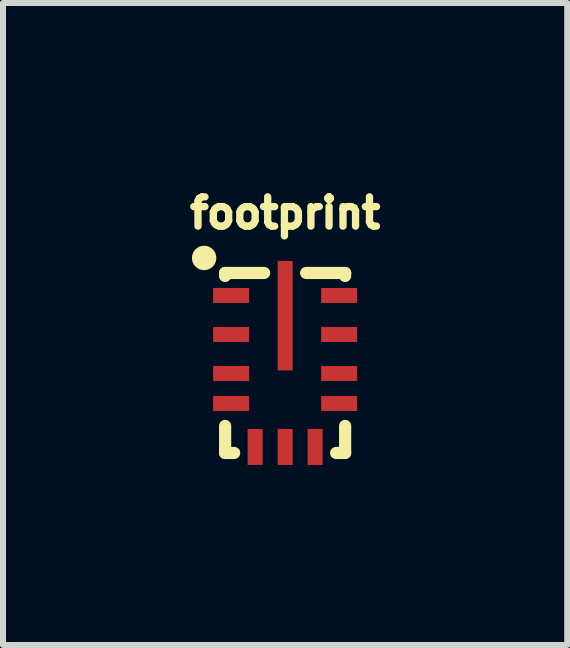
<source format=kicad_pcb>
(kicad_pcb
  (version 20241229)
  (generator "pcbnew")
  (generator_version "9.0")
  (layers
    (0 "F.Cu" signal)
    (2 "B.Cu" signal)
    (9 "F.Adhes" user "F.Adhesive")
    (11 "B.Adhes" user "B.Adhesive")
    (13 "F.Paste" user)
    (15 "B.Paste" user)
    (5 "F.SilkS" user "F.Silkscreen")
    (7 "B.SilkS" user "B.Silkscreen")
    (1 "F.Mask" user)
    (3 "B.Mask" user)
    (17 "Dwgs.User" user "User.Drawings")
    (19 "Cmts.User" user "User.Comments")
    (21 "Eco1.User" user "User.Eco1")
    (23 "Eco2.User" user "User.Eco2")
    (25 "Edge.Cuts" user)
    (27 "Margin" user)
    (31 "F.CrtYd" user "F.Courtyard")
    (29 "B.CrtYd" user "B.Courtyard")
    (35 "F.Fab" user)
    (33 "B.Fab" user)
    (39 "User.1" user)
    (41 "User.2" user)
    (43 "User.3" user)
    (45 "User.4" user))
  (footprint "footprint"
    (layer "F.Cu")
    (at 1.702 2.999)
    (property "Reference" "footprint" (at 0 -2.5 0) (layer "F.SilkS") (effects (font (size 0.488 0.488) (thickness 0.122))))
    (fp_line (start -1 -1.5) (end -0.35 -1.5) (stroke (width 0.203) (type solid)) (layer "F.SilkS"))
    (fp_line (start -1 -1.45) (end -1 -1.5) (stroke (width 0.203) (type solid)) (layer "F.SilkS"))
    (fp_line (start -1 1.5) (end -1 1.05) (stroke (width 0.203) (type solid)) (layer "F.SilkS"))
    (fp_line (start -0.85 1.5) (end -1 1.5) (stroke (width 0.203) (type solid)) (layer "F.SilkS"))
    (fp_line (start 0.35 -1.5) (end 1 -1.5) (stroke (width 0.203) (type solid)) (layer "F.SilkS"))
    (fp_line (start 1 -1.5) (end 1 -1.45) (stroke (width 0.203) (type solid)) (layer "F.SilkS"))
    (fp_line (start 1 1.05) (end 1 1.5) (stroke (width 0.203) (type solid)) (layer "F.SilkS"))
    (fp_line (start 1 1.5) (end 0.85 1.5) (stroke (width 0.203) (type solid)) (layer "F.SilkS"))
    (fp_circle (center -1.35 -1.75) (end -1.248 -1.75) (stroke (width 0.203) (type solid)) (fill no) (layer "F.SilkS"))
    (pad "1" smd rect (at -0.9 -1.125) (size 0.6 0.25) (layers "F.Cu" "F.Mask" "F.Paste"))
    (pad "2" smd rect (at -0.9 -0.475) (size 0.6 0.25) (layers "F.Cu" "F.Mask" "F.Paste"))
    (pad "3" smd rect (at -0.9 0.175) (size 0.6 0.25) (layers "F.Cu" "F.Mask" "F.Paste"))
    (pad "4" smd rect (at -0.9 0.675) (size 0.6 0.25) (layers "F.Cu" "F.Mask" "F.Paste"))
    (pad "5" smd rect (at -0.5 1.4 90) (size 0.6 0.25) (layers "F.Cu" "F.Mask" "F.Paste"))
    (pad "6" smd rect (at 0 1.4 90) (size 0.6 0.25) (layers "F.Cu" "F.Mask" "F.Paste"))
    (pad "7" smd rect (at 0.5 1.4 90) (size 0.6 0.25) (layers "F.Cu" "F.Mask" "F.Paste"))
    (pad "8" smd rect (at 0.9 0.675) (size 0.6 0.25) (layers "F.Cu" "F.Mask" "F.Paste"))
    (pad "9" smd rect (at 0.9 0.175) (size 0.6 0.25) (layers "F.Cu" "F.Mask" "F.Paste"))
    (pad "10" smd rect (at 0.9 -0.475) (size 0.6 0.25) (layers "F.Cu" "F.Mask" "F.Paste"))
    (pad "11" smd rect (at 0.9 -1.125) (size 0.6 0.25) (layers "F.Cu" "F.Mask" "F.Paste"))
    (pad "12" smd rect (at 0 -0.788 180) (size 0.25 1.824) (layers "F.Cu" "F.Mask" "F.Paste")))
  (gr_rect
    (start -3 -3)
    (end 6.403 7.699)
    (stroke (width 0.1) (type default))
    (fill no)
    (layer "Edge.Cuts")))
</source>
